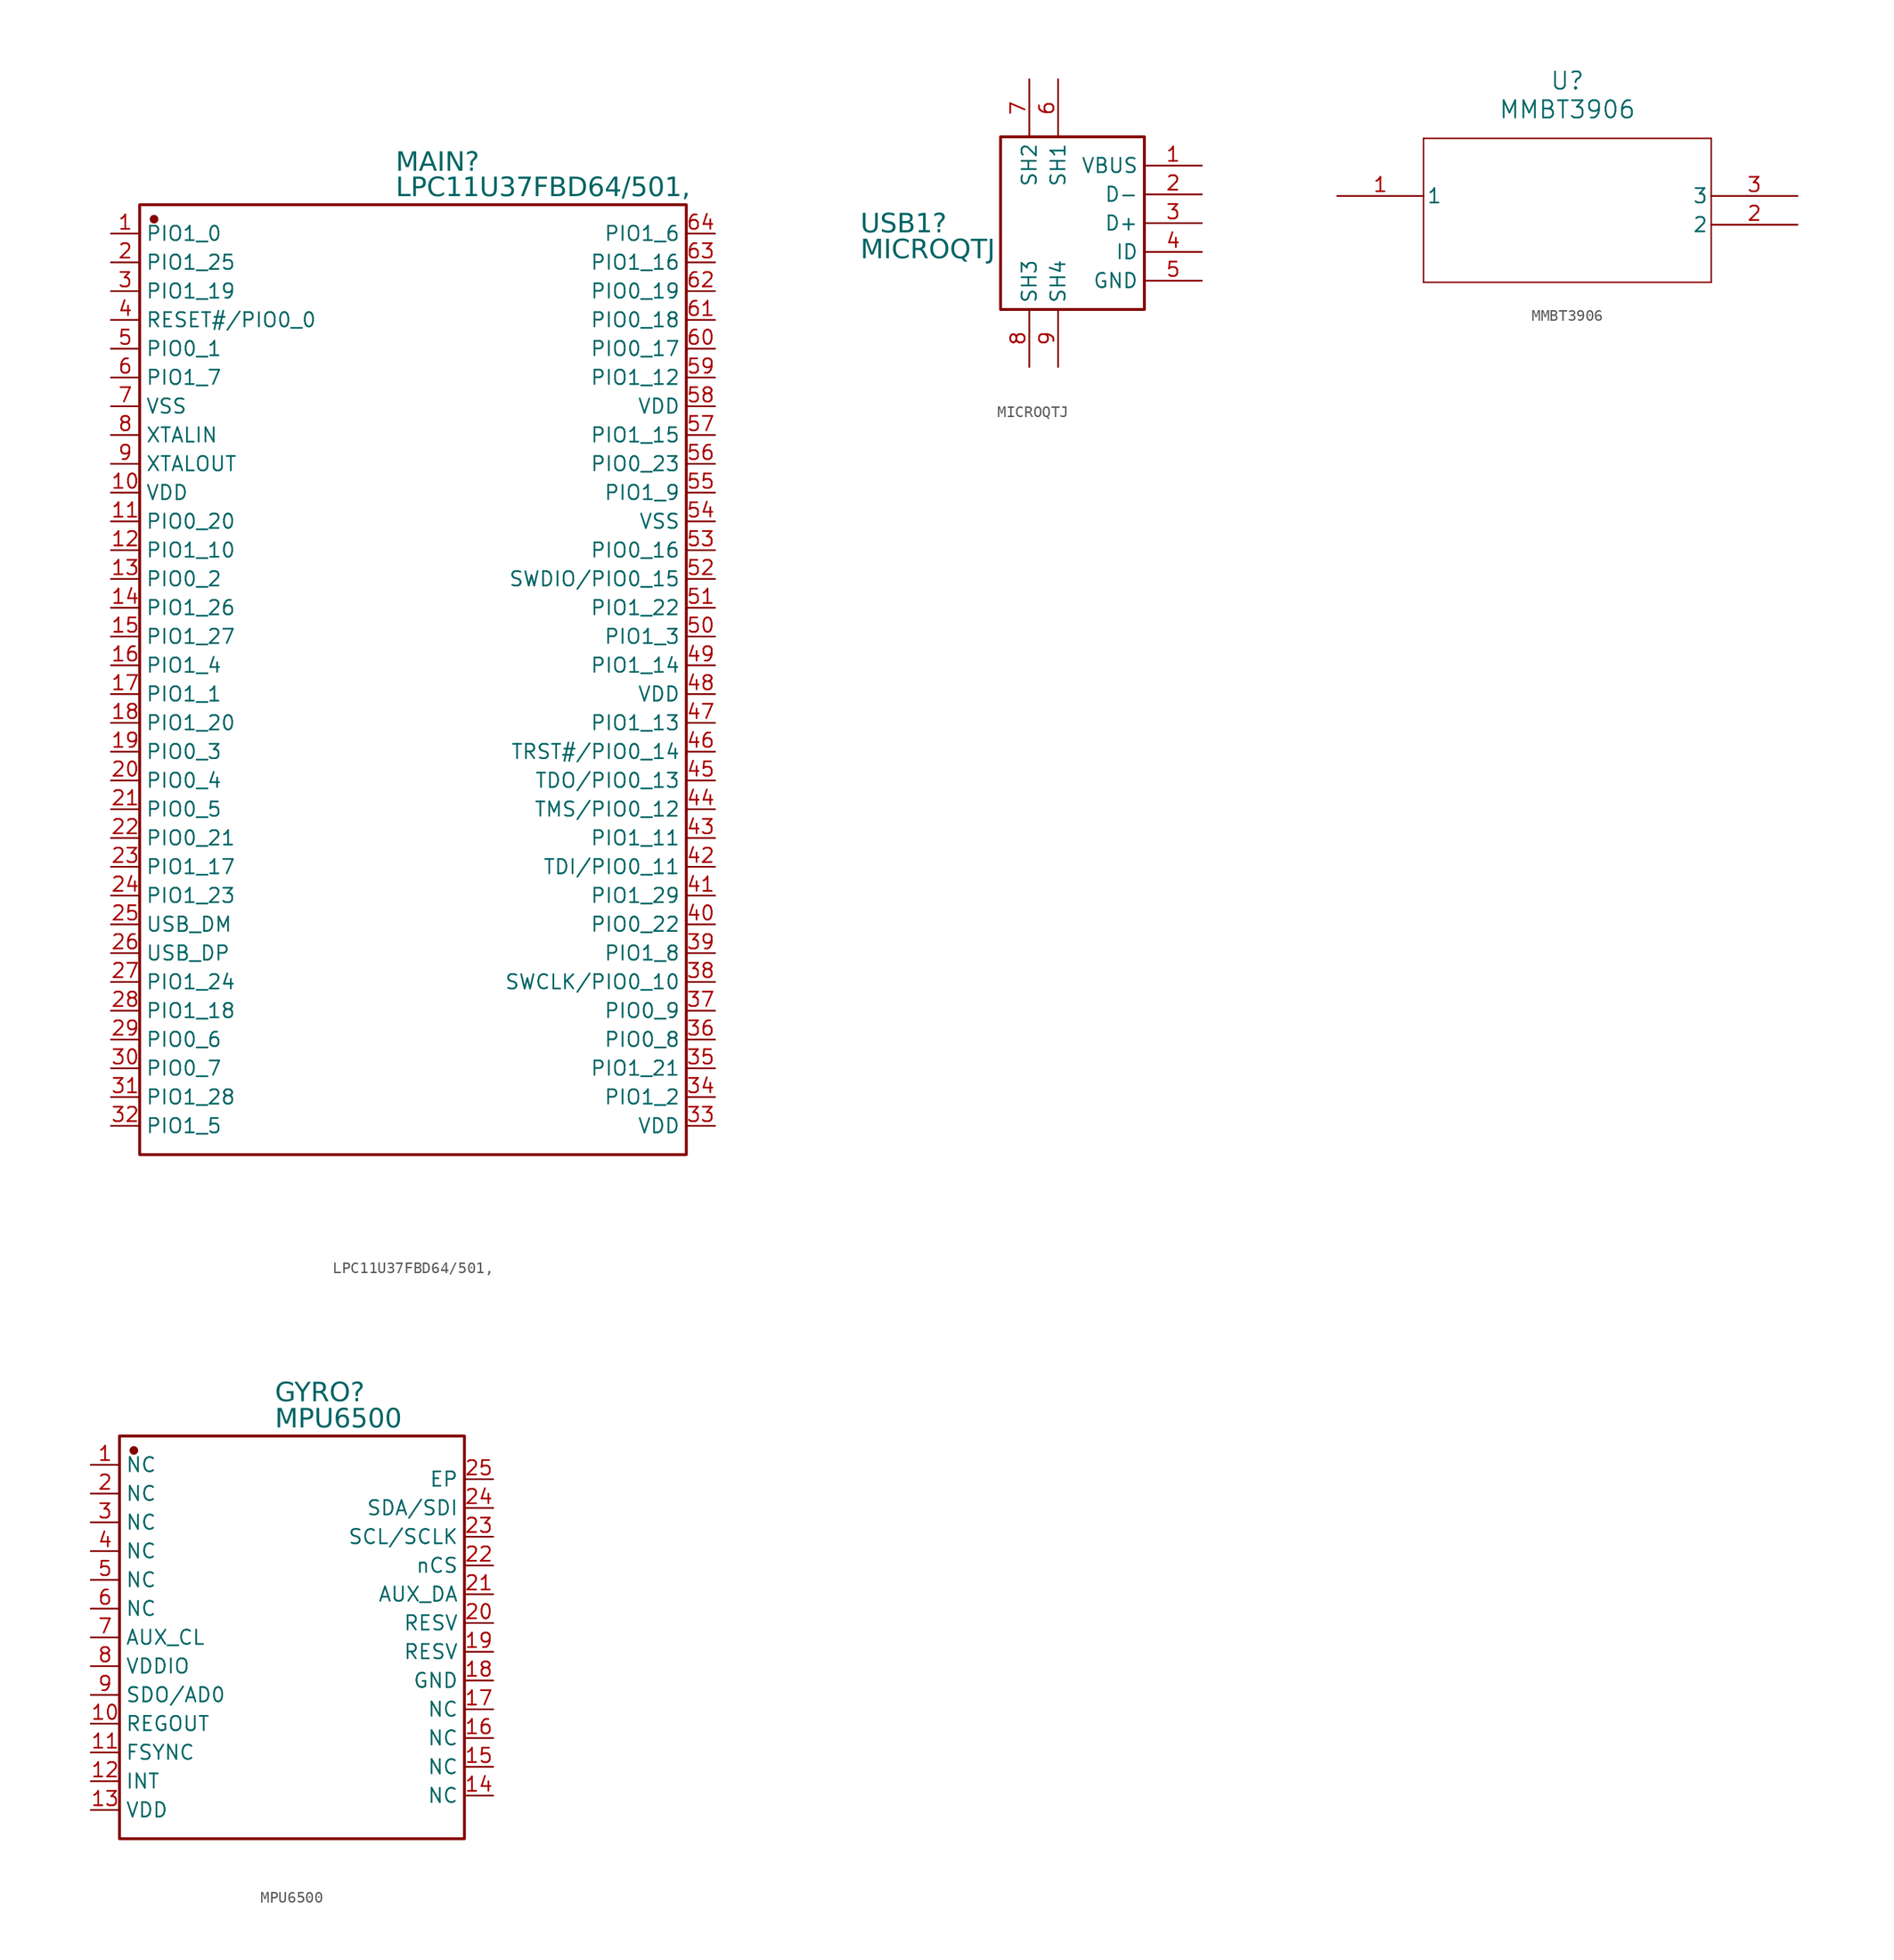
<source format=kicad_sym>
(kicad_symbol_lib
  (version 20241209)
  (generator "kicad_symbol_editor")
  (generator_version "9.0")
  (symbol "LPC11U37FBD64/501,"
    (property "Reference" "MAIN"
      (at -1.524 46.596 0)
      (effects (font (face "Arial") (size 1.689 1.689)) (justify left top)))
    (property "Value" "LPC11U37FBD64/501,"
      (at -1.524 44.361 0)
      (effects (font (face "Arial") (size 1.689 1.689)) (justify left top)))
    (symbol "LPC11U37FBD64/501,_0_0"
      (rectangle (start -24.13 41.91) (end 24.13 -41.91) (stroke (width 0.254) (type solid)) (fill (type none)))
      (circle (center -22.86 40.64) (radius 0.254) (stroke (width 0.254) (type solid)) (fill (type outline)))
      (pin unspecified line (at -26.67 39.37 0) (length 2.54) (name "PIO1_0" (effects (font (size 1.27 1.27)))) (number "1" (effects (font (size 1.27 1.27)))))
      (pin unspecified line (at -26.67 36.83 0) (length 2.54) (name "PIO1_25" (effects (font (size 1.27 1.27)))) (number "2" (effects (font (size 1.27 1.27)))))
      (pin unspecified line (at -26.67 34.29 0) (length 2.54) (name "PIO1_19" (effects (font (size 1.27 1.27)))) (number "3" (effects (font (size 1.27 1.27)))))
      (pin unspecified line (at -26.67 31.75 0) (length 2.54) (name "RESET#/PIO0_0" (effects (font (size 1.27 1.27)))) (number "4" (effects (font (size 1.27 1.27)))))
      (pin unspecified line (at -26.67 29.21 0) (length 2.54) (name "PIO0_1" (effects (font (size 1.27 1.27)))) (number "5" (effects (font (size 1.27 1.27)))))
      (pin unspecified line (at -26.67 26.67 0) (length 2.54) (name "PIO1_7" (effects (font (size 1.27 1.27)))) (number "6" (effects (font (size 1.27 1.27)))))
      (pin unspecified line (at -26.67 24.13 0) (length 2.54) (name "VSS" (effects (font (size 1.27 1.27)))) (number "7" (effects (font (size 1.27 1.27)))))
      (pin unspecified line (at -26.67 21.59 0) (length 2.54) (name "XTALIN" (effects (font (size 1.27 1.27)))) (number "8" (effects (font (size 1.27 1.27)))))
      (pin unspecified line (at -26.67 19.05 0) (length 2.54) (name "XTALOUT" (effects (font (size 1.27 1.27)))) (number "9" (effects (font (size 1.27 1.27)))))
      (pin unspecified line (at -26.67 16.51 0) (length 2.54) (name "VDD" (effects (font (size 1.27 1.27)))) (number "10" (effects (font (size 1.27 1.27)))))
      (pin unspecified line (at -26.67 13.97 0) (length 2.54) (name "PIO0_20" (effects (font (size 1.27 1.27)))) (number "11" (effects (font (size 1.27 1.27)))))
      (pin unspecified line (at -26.67 11.43 0) (length 2.54) (name "PIO1_10" (effects (font (size 1.27 1.27)))) (number "12" (effects (font (size 1.27 1.27)))))
      (pin unspecified line (at -26.67 8.89 0) (length 2.54) (name "PIO0_2" (effects (font (size 1.27 1.27)))) (number "13" (effects (font (size 1.27 1.27)))))
      (pin unspecified line (at -26.67 6.35 0) (length 2.54) (name "PIO1_26" (effects (font (size 1.27 1.27)))) (number "14" (effects (font (size 1.27 1.27)))))
      (pin unspecified line (at -26.67 3.81 0) (length 2.54) (name "PIO1_27" (effects (font (size 1.27 1.27)))) (number "15" (effects (font (size 1.27 1.27)))))
      (pin unspecified line (at -26.67 1.27 0) (length 2.54) (name "PIO1_4" (effects (font (size 1.27 1.27)))) (number "16" (effects (font (size 1.27 1.27)))))
      (pin unspecified line (at -26.67 -1.27 0) (length 2.54) (name "PIO1_1" (effects (font (size 1.27 1.27)))) (number "17" (effects (font (size 1.27 1.27)))))
      (pin unspecified line (at -26.67 -3.81 0) (length 2.54) (name "PIO1_20" (effects (font (size 1.27 1.27)))) (number "18" (effects (font (size 1.27 1.27)))))
      (pin unspecified line (at -26.67 -6.35 0) (length 2.54) (name "PIO0_3" (effects (font (size 1.27 1.27)))) (number "19" (effects (font (size 1.27 1.27)))))
      (pin unspecified line (at -26.67 -8.89 0) (length 2.54) (name "PIO0_4" (effects (font (size 1.27 1.27)))) (number "20" (effects (font (size 1.27 1.27)))))
      (pin unspecified line (at -26.67 -11.43 0) (length 2.54) (name "PIO0_5" (effects (font (size 1.27 1.27)))) (number "21" (effects (font (size 1.27 1.27)))))
      (pin unspecified line (at -26.67 -13.97 0) (length 2.54) (name "PIO0_21" (effects (font (size 1.27 1.27)))) (number "22" (effects (font (size 1.27 1.27)))))
      (pin unspecified line (at -26.67 -16.51 0) (length 2.54) (name "PIO1_17" (effects (font (size 1.27 1.27)))) (number "23" (effects (font (size 1.27 1.27)))))
      (pin unspecified line (at -26.67 -19.05 0) (length 2.54) (name "PIO1_23" (effects (font (size 1.27 1.27)))) (number "24" (effects (font (size 1.27 1.27)))))
      (pin unspecified line (at -26.67 -21.59 0) (length 2.54) (name "USB_DM" (effects (font (size 1.27 1.27)))) (number "25" (effects (font (size 1.27 1.27)))))
      (pin unspecified line (at -26.67 -24.13 0) (length 2.54) (name "USB_DP" (effects (font (size 1.27 1.27)))) (number "26" (effects (font (size 1.27 1.27)))))
      (pin unspecified line (at -26.67 -26.67 0) (length 2.54) (name "PIO1_24" (effects (font (size 1.27 1.27)))) (number "27" (effects (font (size 1.27 1.27)))))
      (pin unspecified line (at -26.67 -29.21 0) (length 2.54) (name "PIO1_18" (effects (font (size 1.27 1.27)))) (number "28" (effects (font (size 1.27 1.27)))))
      (pin unspecified line (at -26.67 -31.75 0) (length 2.54) (name "PIO0_6" (effects (font (size 1.27 1.27)))) (number "29" (effects (font (size 1.27 1.27)))))
      (pin unspecified line (at -26.67 -34.29 0) (length 2.54) (name "PIO0_7" (effects (font (size 1.27 1.27)))) (number "30" (effects (font (size 1.27 1.27)))))
      (pin unspecified line (at -26.67 -36.83 0) (length 2.54) (name "PIO1_28" (effects (font (size 1.27 1.27)))) (number "31" (effects (font (size 1.27 1.27)))))
      (pin unspecified line (at -26.67 -39.37 0) (length 2.54) (name "PIO1_5" (effects (font (size 1.27 1.27)))) (number "32" (effects (font (size 1.27 1.27)))))
      (pin unspecified line (at 26.67 39.37 180) (length 2.54) (name "PIO1_6" (effects (font (size 1.27 1.27)))) (number "64" (effects (font (size 1.27 1.27)))))
      (pin unspecified line (at 26.67 36.83 180) (length 2.54) (name "PIO1_16" (effects (font (size 1.27 1.27)))) (number "63" (effects (font (size 1.27 1.27)))))
      (pin unspecified line (at 26.67 34.29 180) (length 2.54) (name "PIO0_19" (effects (font (size 1.27 1.27)))) (number "62" (effects (font (size 1.27 1.27)))))
      (pin unspecified line (at 26.67 31.75 180) (length 2.54) (name "PIO0_18" (effects (font (size 1.27 1.27)))) (number "61" (effects (font (size 1.27 1.27)))))
      (pin unspecified line (at 26.67 29.21 180) (length 2.54) (name "PIO0_17" (effects (font (size 1.27 1.27)))) (number "60" (effects (font (size 1.27 1.27)))))
      (pin unspecified line (at 26.67 26.67 180) (length 2.54) (name "PIO1_12" (effects (font (size 1.27 1.27)))) (number "59" (effects (font (size 1.27 1.27)))))
      (pin unspecified line (at 26.67 24.13 180) (length 2.54) (name "VDD" (effects (font (size 1.27 1.27)))) (number "58" (effects (font (size 1.27 1.27)))))
      (pin unspecified line (at 26.67 21.59 180) (length 2.54) (name "PIO1_15" (effects (font (size 1.27 1.27)))) (number "57" (effects (font (size 1.27 1.27)))))
      (pin unspecified line (at 26.67 19.05 180) (length 2.54) (name "PIO0_23" (effects (font (size 1.27 1.27)))) (number "56" (effects (font (size 1.27 1.27)))))
      (pin unspecified line (at 26.67 16.51 180) (length 2.54) (name "PIO1_9" (effects (font (size 1.27 1.27)))) (number "55" (effects (font (size 1.27 1.27)))))
      (pin unspecified line (at 26.67 13.97 180) (length 2.54) (name "VSS" (effects (font (size 1.27 1.27)))) (number "54" (effects (font (size 1.27 1.27)))))
      (pin unspecified line (at 26.67 11.43 180) (length 2.54) (name "PIO0_16" (effects (font (size 1.27 1.27)))) (number "53" (effects (font (size 1.27 1.27)))))
      (pin unspecified line (at 26.67 8.89 180) (length 2.54) (name "SWDIO/PIO0_15" (effects (font (size 1.27 1.27)))) (number "52" (effects (font (size 1.27 1.27)))))
      (pin unspecified line (at 26.67 6.35 180) (length 2.54) (name "PIO1_22" (effects (font (size 1.27 1.27)))) (number "51" (effects (font (size 1.27 1.27)))))
      (pin unspecified line (at 26.67 3.81 180) (length 2.54) (name "PIO1_3" (effects (font (size 1.27 1.27)))) (number "50" (effects (font (size 1.27 1.27)))))
      (pin unspecified line (at 26.67 1.27 180) (length 2.54) (name "PIO1_14" (effects (font (size 1.27 1.27)))) (number "49" (effects (font (size 1.27 1.27)))))
      (pin unspecified line (at 26.67 -1.27 180) (length 2.54) (name "VDD" (effects (font (size 1.27 1.27)))) (number "48" (effects (font (size 1.27 1.27)))))
      (pin unspecified line (at 26.67 -3.81 180) (length 2.54) (name "PIO1_13" (effects (font (size 1.27 1.27)))) (number "47" (effects (font (size 1.27 1.27)))))
      (pin unspecified line (at 26.67 -6.35 180) (length 2.54) (name "TRST#/PIO0_14" (effects (font (size 1.27 1.27)))) (number "46" (effects (font (size 1.27 1.27)))))
      (pin unspecified line (at 26.67 -8.89 180) (length 2.54) (name "TDO/PIO0_13" (effects (font (size 1.27 1.27)))) (number "45" (effects (font (size 1.27 1.27)))))
      (pin unspecified line (at 26.67 -11.43 180) (length 2.54) (name "TMS/PIO0_12" (effects (font (size 1.27 1.27)))) (number "44" (effects (font (size 1.27 1.27)))))
      (pin unspecified line (at 26.67 -13.97 180) (length 2.54) (name "PIO1_11" (effects (font (size 1.27 1.27)))) (number "43" (effects (font (size 1.27 1.27)))))
      (pin unspecified line (at 26.67 -16.51 180) (length 2.54) (name "TDI/PIO0_11" (effects (font (size 1.27 1.27)))) (number "42" (effects (font (size 1.27 1.27)))))
      (pin unspecified line (at 26.67 -19.05 180) (length 2.54) (name "PIO1_29" (effects (font (size 1.27 1.27)))) (number "41" (effects (font (size 1.27 1.27)))))
      (pin unspecified line (at 26.67 -21.59 180) (length 2.54) (name "PIO0_22" (effects (font (size 1.27 1.27)))) (number "40" (effects (font (size 1.27 1.27)))))
      (pin unspecified line (at 26.67 -24.13 180) (length 2.54) (name "PIO1_8" (effects (font (size 1.27 1.27)))) (number "39" (effects (font (size 1.27 1.27)))))
      (pin unspecified line (at 26.67 -26.67 180) (length 2.54) (name "SWCLK/PIO0_10" (effects (font (size 1.27 1.27)))) (number "38" (effects (font (size 1.27 1.27)))))
      (pin unspecified line (at 26.67 -29.21 180) (length 2.54) (name "PIO0_9" (effects (font (size 1.27 1.27)))) (number "37" (effects (font (size 1.27 1.27)))))
      (pin unspecified line (at 26.67 -31.75 180) (length 2.54) (name "PIO0_8" (effects (font (size 1.27 1.27)))) (number "36" (effects (font (size 1.27 1.27)))))
      (pin unspecified line (at 26.67 -34.29 180) (length 2.54) (name "PIO1_21" (effects (font (size 1.27 1.27)))) (number "35" (effects (font (size 1.27 1.27)))))
      (pin unspecified line (at 26.67 -36.83 180) (length 2.54) (name "PIO1_2" (effects (font (size 1.27 1.27)))) (number "34" (effects (font (size 1.27 1.27)))))
      (pin unspecified line (at 26.67 -39.37 180) (length 2.54) (name "VDD" (effects (font (size 1.27 1.27)))) (number "33" (effects (font (size 1.27 1.27)))))))
  (symbol "MICROQTJ"
    (property "Reference" "USB1"
      (at -22.53 0.876 0)
      (effects (font (face "Arial") (size 1.689 1.689)) (justify left top)))
    (property "Value" "MICROQTJ"
      (at -22.53 -1.41 0)
      (effects (font (face "Arial") (size 1.689 1.689)) (justify left top)))
    (symbol "MICROQTJ_0_0"
      (rectangle (start -10.16 7.62) (end 2.54 -7.62) (stroke (width 0.254) (type solid)) (fill (type none)))
      (pin unspecified line (at -7.62 12.7 270) (length 5.08) (name "SH2" (effects (font (size 1.27 1.27)))) (number "7" (effects (font (size 1.27 1.27)))))
      (pin unspecified line (at -7.62 -12.7 90) (length 5.08) (name "SH3" (effects (font (size 1.27 1.27)))) (number "8" (effects (font (size 1.27 1.27)))))
      (pin unspecified line (at -5.08 12.7 270) (length 5.08) (name "SH1" (effects (font (size 1.27 1.27)))) (number "6" (effects (font (size 1.27 1.27)))))
      (pin unspecified line (at -5.08 -12.7 90) (length 5.08) (name "SH4" (effects (font (size 1.27 1.27)))) (number "9" (effects (font (size 1.27 1.27)))))
      (pin unspecified line (at 7.62 5.08 180) (length 5.08) (name "VBUS" (effects (font (size 1.27 1.27)))) (number "1" (effects (font (size 1.27 1.27)))))
      (pin unspecified line (at 7.62 2.54 180) (length 5.08) (name "D-" (effects (font (size 1.27 1.27)))) (number "2" (effects (font (size 1.27 1.27)))))
      (pin unspecified line (at 7.62 0 180) (length 5.08) (name "D+" (effects (font (size 1.27 1.27)))) (number "3" (effects (font (size 1.27 1.27)))))
      (pin unspecified line (at 7.62 -2.54 180) (length 5.08) (name "ID" (effects (font (size 1.27 1.27)))) (number "4" (effects (font (size 1.27 1.27)))))
      (pin unspecified line (at 7.62 -5.08 180) (length 5.08) (name "GND" (effects (font (size 1.27 1.27)))) (number "5" (effects (font (size 1.27 1.27)))))))
  (symbol "MMBT3906"
    (pin_names
      (offset 0.254))
    (property "Reference" "U"
      (at 20.32 10.16 0)
      (effects (font (size 1.524 1.524))))
    (property "Value" "MMBT3906"
      (at 20.32 7.62 0)
      (effects (font (size 1.524 1.524))))
    (symbol "MMBT3906_0_1"
      (polyline (pts (xy 7.62 5.08) (xy 7.62 -7.62)) (stroke (width 0.127) (type default)) (fill (type none)))
      (polyline (pts (xy 7.62 -7.62) (xy 33.02 -7.62)) (stroke (width 0.127) (type default)) (fill (type none)))
      (polyline (pts (xy 33.02 5.08) (xy 7.62 5.08)) (stroke (width 0.127) (type default)) (fill (type none)))
      (polyline (pts (xy 33.02 -7.62) (xy 33.02 5.08)) (stroke (width 0.127) (type default)) (fill (type none)))
      (pin unspecified line (at 0 0 0) (length 7.62) (name "1" (effects (font (size 1.27 1.27)))) (number "1" (effects (font (size 1.27 1.27)))))
      (pin unspecified line (at 40.64 0 180) (length 7.62) (name "3" (effects (font (size 1.27 1.27)))) (number "3" (effects (font (size 1.27 1.27)))))
      (pin unspecified line (at 40.64 -2.54 180) (length 7.62) (name "2" (effects (font (size 1.27 1.27)))) (number "2" (effects (font (size 1.27 1.27)))))))
  (symbol "MPU6500"
    (property "Reference" "GYRO"
      (at -1.499 22.543 0)
      (effects (font (face "Arial") (size 1.689 1.689)) (justify left top)))
    (property "Value" "MPU6500"
      (at -1.499 20.231 0)
      (effects (font (face "Arial") (size 1.689 1.689)) (justify left top)))
    (symbol "MPU6500_0_0"
      (rectangle (start -15.24 17.78) (end 15.24 -17.78) (stroke (width 0.254) (type solid)) (fill (type none)))
      (circle (center -13.97 16.51) (radius 0.254) (stroke (width 0.254) (type solid)) (fill (type outline)))
      (pin unspecified line (at -17.78 15.24 0) (length 2.54) (name "NC" (effects (font (size 1.27 1.27)))) (number "1" (effects (font (size 1.27 1.27)))))
      (pin unspecified line (at -17.78 12.7 0) (length 2.54) (name "NC" (effects (font (size 1.27 1.27)))) (number "2" (effects (font (size 1.27 1.27)))))
      (pin unspecified line (at -17.78 10.16 0) (length 2.54) (name "NC" (effects (font (size 1.27 1.27)))) (number "3" (effects (font (size 1.27 1.27)))))
      (pin unspecified line (at -17.78 7.62 0) (length 2.54) (name "NC" (effects (font (size 1.27 1.27)))) (number "4" (effects (font (size 1.27 1.27)))))
      (pin unspecified line (at -17.78 5.08 0) (length 2.54) (name "NC" (effects (font (size 1.27 1.27)))) (number "5" (effects (font (size 1.27 1.27)))))
      (pin unspecified line (at -17.78 2.54 0) (length 2.54) (name "NC" (effects (font (size 1.27 1.27)))) (number "6" (effects (font (size 1.27 1.27)))))
      (pin unspecified line (at -17.78 0 0) (length 2.54) (name "AUX_CL" (effects (font (size 1.27 1.27)))) (number "7" (effects (font (size 1.27 1.27)))))
      (pin unspecified line (at -17.78 -2.54 0) (length 2.54) (name "VDDIO" (effects (font (size 1.27 1.27)))) (number "8" (effects (font (size 1.27 1.27)))))
      (pin unspecified line (at -17.78 -5.08 0) (length 2.54) (name "SDO/AD0" (effects (font (size 1.27 1.27)))) (number "9" (effects (font (size 1.27 1.27)))))
      (pin unspecified line (at -17.78 -7.62 0) (length 2.54) (name "REGOUT" (effects (font (size 1.27 1.27)))) (number "10" (effects (font (size 1.27 1.27)))))
      (pin unspecified line (at -17.78 -10.16 0) (length 2.54) (name "FSYNC" (effects (font (size 1.27 1.27)))) (number "11" (effects (font (size 1.27 1.27)))))
      (pin unspecified line (at -17.78 -12.7 0) (length 2.54) (name "INT" (effects (font (size 1.27 1.27)))) (number "12" (effects (font (size 1.27 1.27)))))
      (pin unspecified line (at -17.78 -15.24 0) (length 2.54) (name "VDD" (effects (font (size 1.27 1.27)))) (number "13" (effects (font (size 1.27 1.27)))))
      (pin unspecified line (at 17.78 13.97 180) (length 2.54) (name "EP" (effects (font (size 1.27 1.27)))) (number "25" (effects (font (size 1.27 1.27)))))
      (pin unspecified line (at 17.78 11.43 180) (length 2.54) (name "SDA/SDI" (effects (font (size 1.27 1.27)))) (number "24" (effects (font (size 1.27 1.27)))))
      (pin unspecified line (at 17.78 8.89 180) (length 2.54) (name "SCL/SCLK" (effects (font (size 1.27 1.27)))) (number "23" (effects (font (size 1.27 1.27)))))
      (pin unspecified line (at 17.78 6.35 180) (length 2.54) (name "nCS" (effects (font (size 1.27 1.27)))) (number "22" (effects (font (size 1.27 1.27)))))
      (pin unspecified line (at 17.78 3.81 180) (length 2.54) (name "AUX_DA" (effects (font (size 1.27 1.27)))) (number "21" (effects (font (size 1.27 1.27)))))
      (pin unspecified line (at 17.78 1.27 180) (length 2.54) (name "RESV" (effects (font (size 1.27 1.27)))) (number "20" (effects (font (size 1.27 1.27)))))
      (pin unspecified line (at 17.78 -1.27 180) (length 2.54) (name "RESV" (effects (font (size 1.27 1.27)))) (number "19" (effects (font (size 1.27 1.27)))))
      (pin unspecified line (at 17.78 -3.81 180) (length 2.54) (name "GND" (effects (font (size 1.27 1.27)))) (number "18" (effects (font (size 1.27 1.27)))))
      (pin unspecified line (at 17.78 -6.35 180) (length 2.54) (name "NC" (effects (font (size 1.27 1.27)))) (number "17" (effects (font (size 1.27 1.27)))))
      (pin unspecified line (at 17.78 -8.89 180) (length 2.54) (name "NC" (effects (font (size 1.27 1.27)))) (number "16" (effects (font (size 1.27 1.27)))))
      (pin unspecified line (at 17.78 -11.43 180) (length 2.54) (name "NC" (effects (font (size 1.27 1.27)))) (number "15" (effects (font (size 1.27 1.27)))))
      (pin unspecified line (at 17.78 -13.97 180) (length 2.54) (name "NC" (effects (font (size 1.27 1.27)))) (number "14" (effects (font (size 1.27 1.27))))))))
</source>
